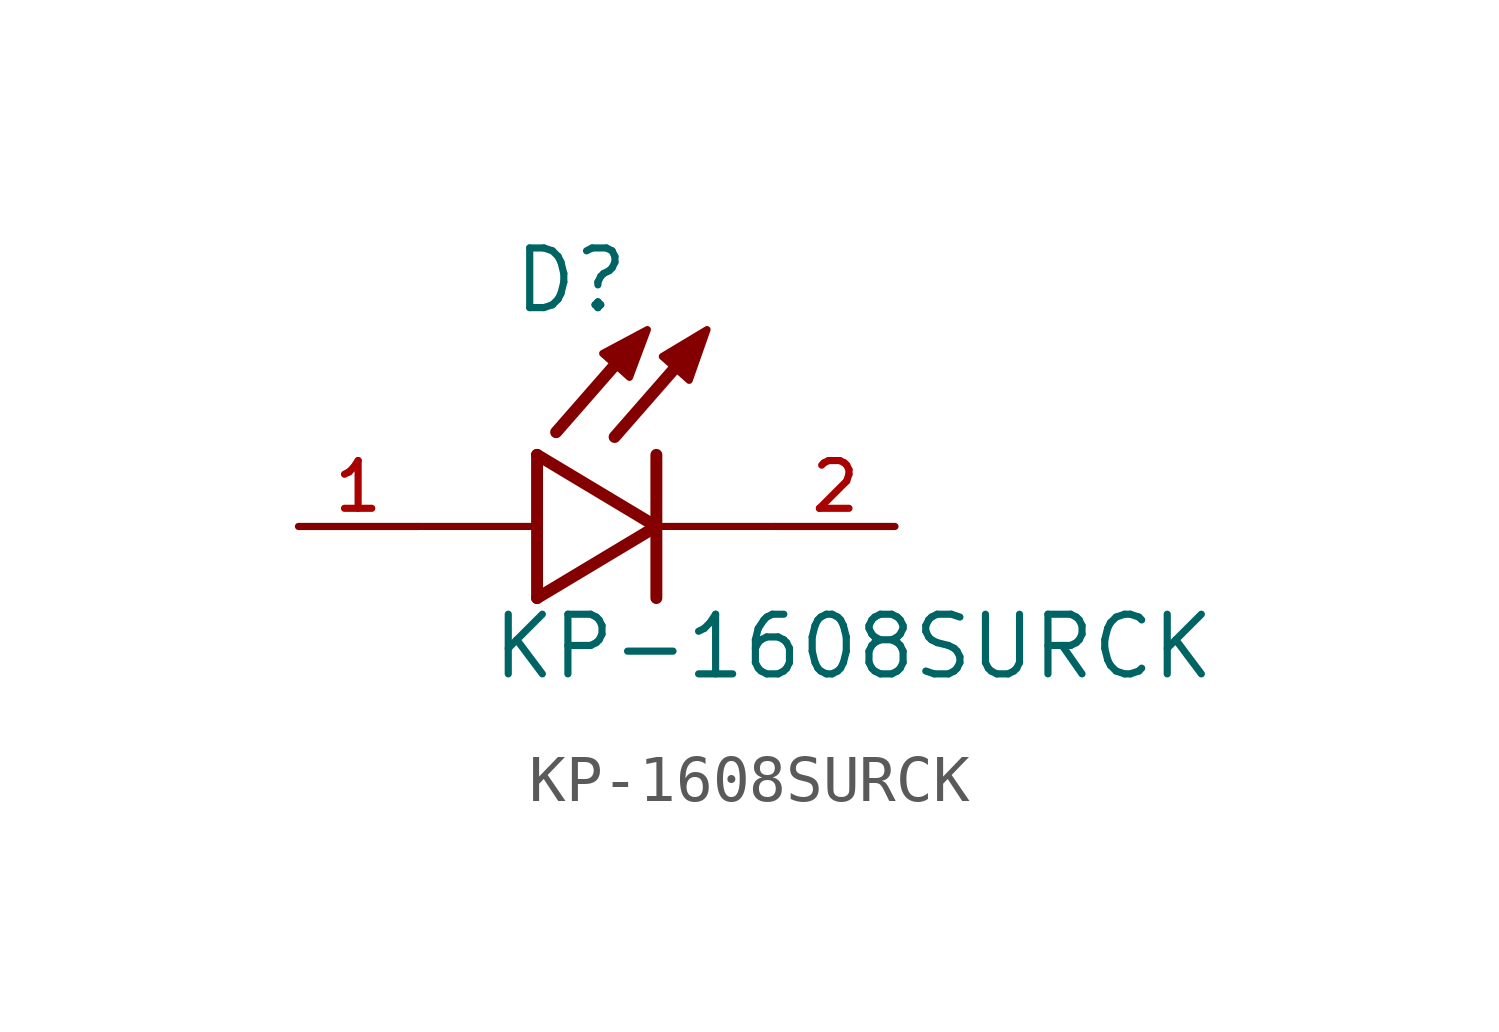
<source format=kicad_sym>
(kicad_symbol_lib
  (version 20211014)
  (generator kicad_symbol_editor)
  (symbol "KP-1608SURCK"
    (pin_names
      (offset 1.016))
    (property "Reference" "D"
      (at -3.099 4.496 0)
      (effects (font (size 1.27 1.27)) (justify bottom left)))
    (property "Value" "KP-1608SURCK"
      (at -3.556 -3.302 0)
      (effects (font (size 1.27 1.27)) (justify bottom left)))
    (symbol "KP-1608SURCK_0_0"
      (polyline (pts (xy -2.54 1.524) (xy -2.54 0.0)) (stroke (width 0.254)))
      (polyline (pts (xy -2.54 0.0) (xy -2.54 -1.524)) (stroke (width 0.254)))
      (polyline (pts (xy -2.54 -1.524) (xy 0.0 0.0)) (stroke (width 0.254)))
      (polyline (pts (xy 0.0 0.0) (xy -2.54 1.524)) (stroke (width 0.254)))
      (polyline (pts (xy 0.0 1.524) (xy 0.0 0.0)) (stroke (width 0.254)))
      (polyline (pts (xy 0.0 0.0) (xy 0.0 -1.524)) (stroke (width 0.254)))
      (polyline (pts (xy -2.54 0.0) (xy -5.08 0.0)) (stroke (width 0.152)))
      (polyline (pts (xy 0.889 3.937) (xy -0.889 1.905)) (stroke (width 0.254)))
      (polyline (pts (xy -0.356 4.039) (xy -2.134 2.007)) (stroke (width 0.254)))
      (polyline (pts (xy 2.54 0.0) (xy 0.0 0.0)) (stroke (width 0.152)))
      (polyline (pts (xy -1.143 3.683) (xy -0.572 3.175) (xy -0.191 4.191) (xy -1.143 3.683)) (stroke (width 0.152)) (fill (type outline)))
      (polyline (pts (xy 0.127 3.619) (xy 0.699 3.111) (xy 1.079 4.191) (xy 0.127 3.619)) (stroke (width 0.152)) (fill (type outline)))
      (pin passive line (at 5.08 0.0 180.0) (length 2.54) (name "~" (effects (font (size 1.016 1.016)))) (number "2" (effects (font (size 1.016 1.016)))))
      (pin passive line (at -7.62 0.0 0) (length 2.54) (name "~" (effects (font (size 1.016 1.016)))) (number "1" (effects (font (size 1.016 1.016))))))))
</source>
